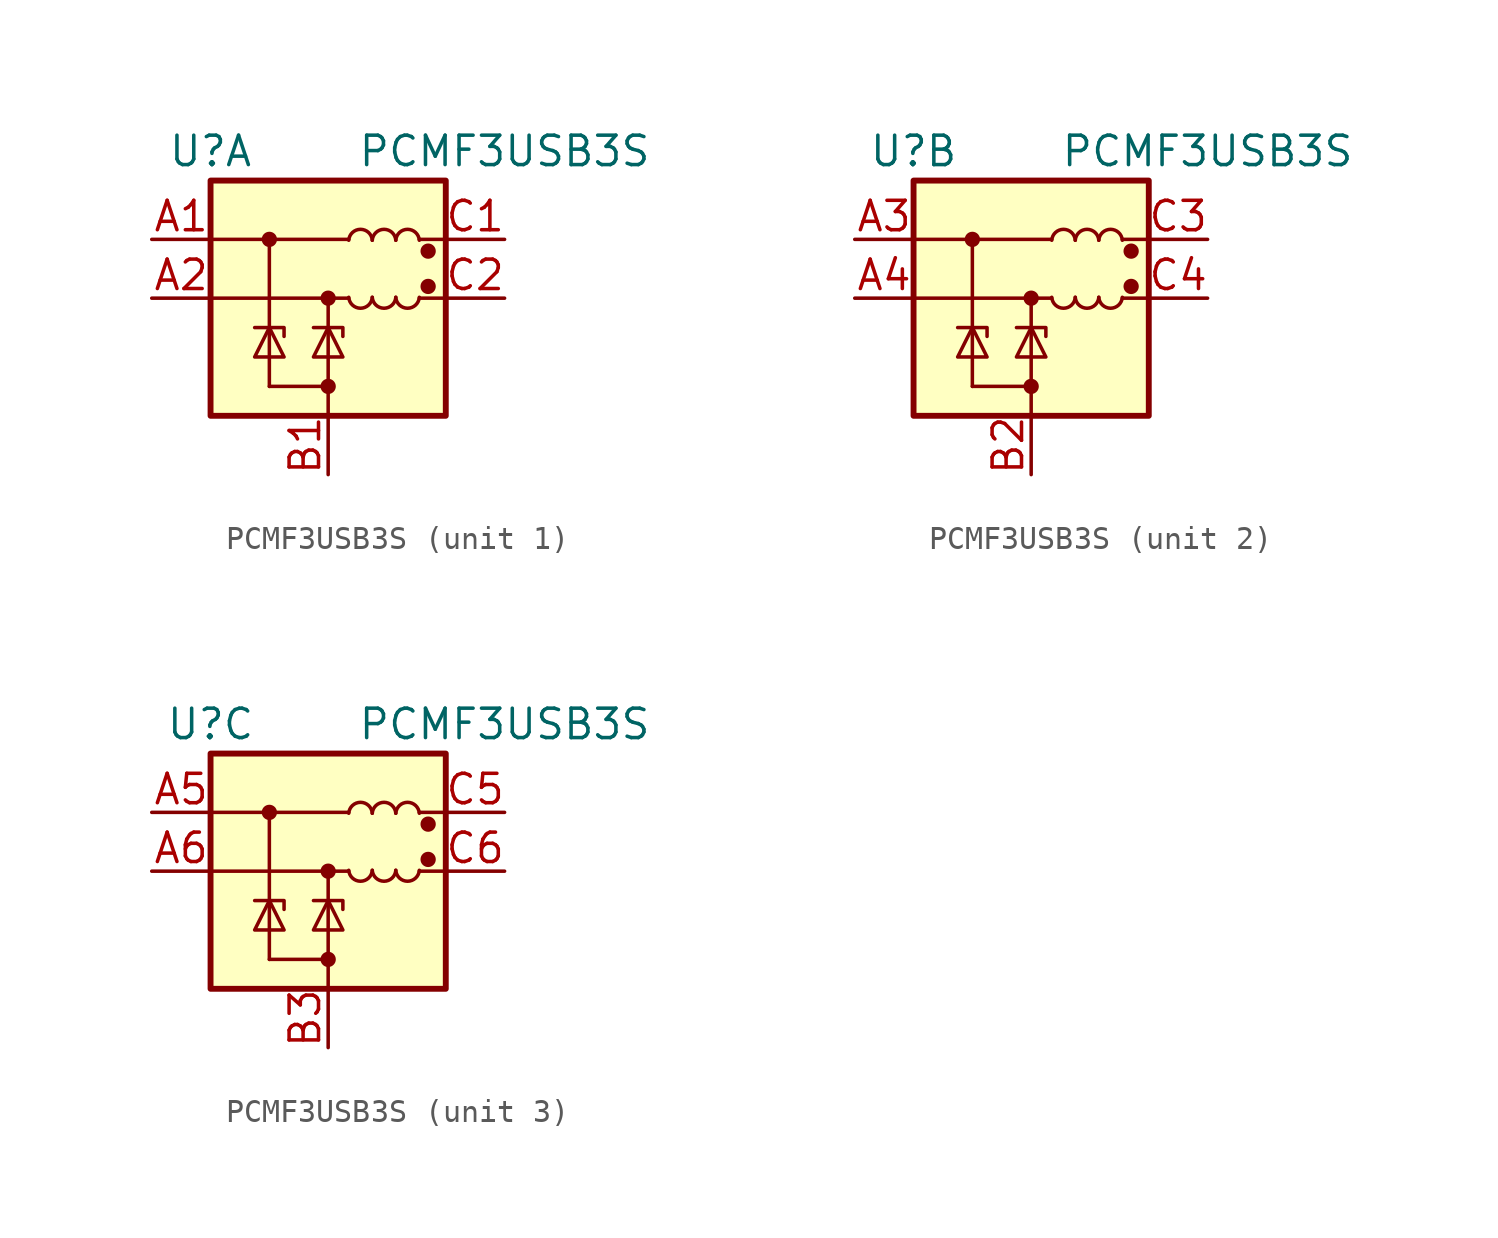
<source format=kicad_sym>
(kicad_symbol_lib
  (version 20211014)
  (generator kicad_symbol_editor)
  (symbol "PCMF3USB3S"
    (pin_names
      (offset 0.025) hide)
    (property "Reference" "U"
      (at -5.08 6.35 0)
      (effects (font (size 1.27 1.27))))
    (property "Value" "PCMF3USB3S"
      (at 7.62 6.35 0)
      (effects (font (size 1.27 1.27))))
    (symbol "PCMF3USB3S_0_1"
      (rectangle (start -5.08 5.08) (end 5.08 -5.08) (stroke (width 0.254) (type default) (color 0 0 0 0)) (fill (type background)))
      (polyline (pts (xy -5.08 0) (xy 0.889 0)) (stroke (width 0) (type default) (color 0 0 0 0)) (fill (type none)))
      (polyline (pts (xy -5.08 2.54) (xy 0.889 2.54)) (stroke (width 0) (type default) (color 0 0 0 0)) (fill (type none)))
      (polyline (pts (xy -2.54 2.54) (xy -2.54 -3.81)) (stroke (width 0) (type default) (color 0 0 0 0)) (fill (type none)))
      (polyline (pts (xy 0 0) (xy 0 -5.08)) (stroke (width 0) (type default) (color 0 0 0 0)) (fill (type none)))
      (polyline (pts (xy 5.08 0) (xy 3.937 0)) (stroke (width 0) (type default) (color 0 0 0 0)) (fill (type none)))
      (polyline (pts (xy 5.08 2.54) (xy 3.937 2.54)) (stroke (width 0) (type default) (color 0 0 0 0)) (fill (type none)))
      (arc (start 0.889 0.0377) (mid 1.397 -0.5094) (end 1.905 0.0377) (stroke (width 0) (type default) (color 0 0 0 0)) (fill (type none)))
      (arc (start 1.905 0.0377) (mid 2.413 -0.5094) (end 2.921 0.0377) (stroke (width 0) (type default) (color 0 0 0 0)) (fill (type none)))
      (arc (start 1.905 2.5023) (mid 1.397 3.0494) (end 0.889 2.5023) (stroke (width 0) (type default) (color 0 0 0 0)) (fill (type none)))
      (arc (start 2.921 0.0377) (mid 3.429 -0.5094) (end 3.937 0.0377) (stroke (width 0) (type default) (color 0 0 0 0)) (fill (type none)))
      (arc (start 2.921 2.5023) (mid 2.413 3.0494) (end 1.905 2.5023) (stroke (width 0) (type default) (color 0 0 0 0)) (fill (type none)))
      (arc (start 3.937 2.5023) (mid 3.429 3.0494) (end 2.921 2.5023) (stroke (width 0) (type default) (color 0 0 0 0)) (fill (type none))))
    (symbol "PCMF3USB3S_1_1"
      (circle (center -2.54 2.54) (radius 0.254) (stroke (width 0) (type default) (color 0 0 0 0)) (fill (type outline)))
      (circle (center 0 -3.81) (radius 0.254) (stroke (width 0) (type default) (color 0 0 0 0)) (fill (type outline)))
      (polyline (pts (xy 0 -3.81) (xy -2.54 -3.81)) (stroke (width 0) (type default) (color 0 0 0 0)) (fill (type none)))
      (polyline (pts (xy -1.905 -1.651) (xy -1.905 -1.27) (xy -3.175 -1.27)) (stroke (width 0) (type default) (color 0 0 0 0)) (fill (type none)))
      (polyline (pts (xy 0.635 -1.651) (xy 0.635 -1.27) (xy -0.635 -1.27)) (stroke (width 0) (type default) (color 0 0 0 0)) (fill (type none)))
      (polyline (pts (xy -3.175 -2.54) (xy -1.905 -2.54) (xy -2.54 -1.27) (xy -3.175 -2.54)) (stroke (width 0) (type default) (color 0 0 0 0)) (fill (type none)))
      (polyline (pts (xy -0.635 -2.54) (xy 0.635 -2.54) (xy 0 -1.27) (xy -0.635 -2.54)) (stroke (width 0) (type default) (color 0 0 0 0)) (fill (type none)))
      (circle (center 0 0) (radius 0.254) (stroke (width 0) (type default) (color 0 0 0 0)) (fill (type outline)))
      (circle (center 4.318 0.508) (radius 0.254) (stroke (width 0) (type default) (color 0 0 0 0)) (fill (type outline)))
      (circle (center 4.318 2.032) (radius 0.254) (stroke (width 0) (type default) (color 0 0 0 0)) (fill (type outline)))
      (pin passive line (at -7.62 2.54 0) (length 2.54) (name "CH1_IN+" (effects (font (size 1.27 1.27)))) (number "A1" (effects (font (size 1.27 1.27)))))
      (pin passive line (at -7.62 0 0) (length 2.54) (name "CH1_IN-" (effects (font (size 1.27 1.27)))) (number "A2" (effects (font (size 1.27 1.27)))))
      (pin power_in line (at 0 -7.62 90) (length 2.54) (name "GND_CH1" (effects (font (size 1.27 1.27)))) (number "B1" (effects (font (size 1.27 1.27)))))
      (pin passive line (at 7.62 2.54 180) (length 2.54) (name "CH1_OUT+" (effects (font (size 1.27 1.27)))) (number "C1" (effects (font (size 1.27 1.27)))))
      (pin passive line (at 7.62 0 180) (length 2.54) (name "CH1_OUT-" (effects (font (size 1.27 1.27)))) (number "C2" (effects (font (size 1.27 1.27))))))
    (symbol "PCMF3USB3S_2_1"
      (circle (center -2.54 2.54) (radius 0.254) (stroke (width 0) (type default) (color 0 0 0 0)) (fill (type outline)))
      (circle (center 0 -3.81) (radius 0.254) (stroke (width 0) (type default) (color 0 0 0 0)) (fill (type outline)))
      (polyline (pts (xy 0 -3.81) (xy -2.54 -3.81)) (stroke (width 0) (type default) (color 0 0 0 0)) (fill (type none)))
      (polyline (pts (xy -1.905 -1.651) (xy -1.905 -1.27) (xy -3.175 -1.27)) (stroke (width 0) (type default) (color 0 0 0 0)) (fill (type none)))
      (polyline (pts (xy 0.635 -1.651) (xy 0.635 -1.27) (xy -0.635 -1.27)) (stroke (width 0) (type default) (color 0 0 0 0)) (fill (type none)))
      (polyline (pts (xy -3.175 -2.54) (xy -1.905 -2.54) (xy -2.54 -1.27) (xy -3.175 -2.54)) (stroke (width 0) (type default) (color 0 0 0 0)) (fill (type none)))
      (polyline (pts (xy -0.635 -2.54) (xy 0.635 -2.54) (xy 0 -1.27) (xy -0.635 -2.54)) (stroke (width 0) (type default) (color 0 0 0 0)) (fill (type none)))
      (circle (center 0 0) (radius 0.254) (stroke (width 0) (type default) (color 0 0 0 0)) (fill (type outline)))
      (circle (center 4.318 0.508) (radius 0.254) (stroke (width 0) (type default) (color 0 0 0 0)) (fill (type outline)))
      (circle (center 4.318 2.032) (radius 0.254) (stroke (width 0) (type default) (color 0 0 0 0)) (fill (type outline)))
      (pin passive line (at -7.62 2.54 0) (length 2.54) (name "CH2_IN+" (effects (font (size 1.27 1.27)))) (number "A3" (effects (font (size 1.27 1.27)))))
      (pin passive line (at -7.62 0 0) (length 2.54) (name "CH2_IN-" (effects (font (size 1.27 1.27)))) (number "A4" (effects (font (size 1.27 1.27)))))
      (pin power_in line (at 0 -7.62 90) (length 2.54) (name "GND_CH2" (effects (font (size 1.27 1.27)))) (number "B2" (effects (font (size 1.27 1.27)))))
      (pin passive line (at 7.62 2.54 180) (length 2.54) (name "CH2_OUT+" (effects (font (size 1.27 1.27)))) (number "C3" (effects (font (size 1.27 1.27)))))
      (pin passive line (at 7.62 0 180) (length 2.54) (name "CH2_OUT-" (effects (font (size 1.27 1.27)))) (number "C4" (effects (font (size 1.27 1.27))))))
    (symbol "PCMF3USB3S_3_1"
      (circle (center -2.54 2.54) (radius 0.254) (stroke (width 0) (type default) (color 0 0 0 0)) (fill (type outline)))
      (circle (center 0 -3.81) (radius 0.254) (stroke (width 0) (type default) (color 0 0 0 0)) (fill (type outline)))
      (polyline (pts (xy 0 -3.81) (xy -2.54 -3.81)) (stroke (width 0) (type default) (color 0 0 0 0)) (fill (type none)))
      (polyline (pts (xy -1.905 -1.651) (xy -1.905 -1.27) (xy -3.175 -1.27)) (stroke (width 0) (type default) (color 0 0 0 0)) (fill (type none)))
      (polyline (pts (xy 0.635 -1.651) (xy 0.635 -1.27) (xy -0.635 -1.27)) (stroke (width 0) (type default) (color 0 0 0 0)) (fill (type none)))
      (polyline (pts (xy -3.175 -2.54) (xy -1.905 -2.54) (xy -2.54 -1.27) (xy -3.175 -2.54)) (stroke (width 0) (type default) (color 0 0 0 0)) (fill (type none)))
      (polyline (pts (xy -0.635 -2.54) (xy 0.635 -2.54) (xy 0 -1.27) (xy -0.635 -2.54)) (stroke (width 0) (type default) (color 0 0 0 0)) (fill (type none)))
      (circle (center 0 0) (radius 0.254) (stroke (width 0) (type default) (color 0 0 0 0)) (fill (type outline)))
      (circle (center 4.318 0.508) (radius 0.254) (stroke (width 0) (type default) (color 0 0 0 0)) (fill (type outline)))
      (circle (center 4.318 2.032) (radius 0.254) (stroke (width 0) (type default) (color 0 0 0 0)) (fill (type outline)))
      (pin passive line (at -7.62 2.54 0) (length 2.54) (name "CH3_IN+" (effects (font (size 1.27 1.27)))) (number "A5" (effects (font (size 1.27 1.27)))))
      (pin passive line (at -7.62 0 0) (length 2.54) (name "CH3_IN-" (effects (font (size 1.27 1.27)))) (number "A6" (effects (font (size 1.27 1.27)))))
      (pin power_in line (at 0 -7.62 90) (length 2.54) (name "GND_CH3" (effects (font (size 1.27 1.27)))) (number "B3" (effects (font (size 1.27 1.27)))))
      (pin passive line (at 7.62 2.54 180) (length 2.54) (name "CH3_OUT+" (effects (font (size 1.27 1.27)))) (number "C5" (effects (font (size 1.27 1.27)))))
      (pin passive line (at 7.62 0 180) (length 2.54) (name "CH3_OUT-" (effects (font (size 1.27 1.27)))) (number "C6" (effects (font (size 1.27 1.27))))))))
</source>
